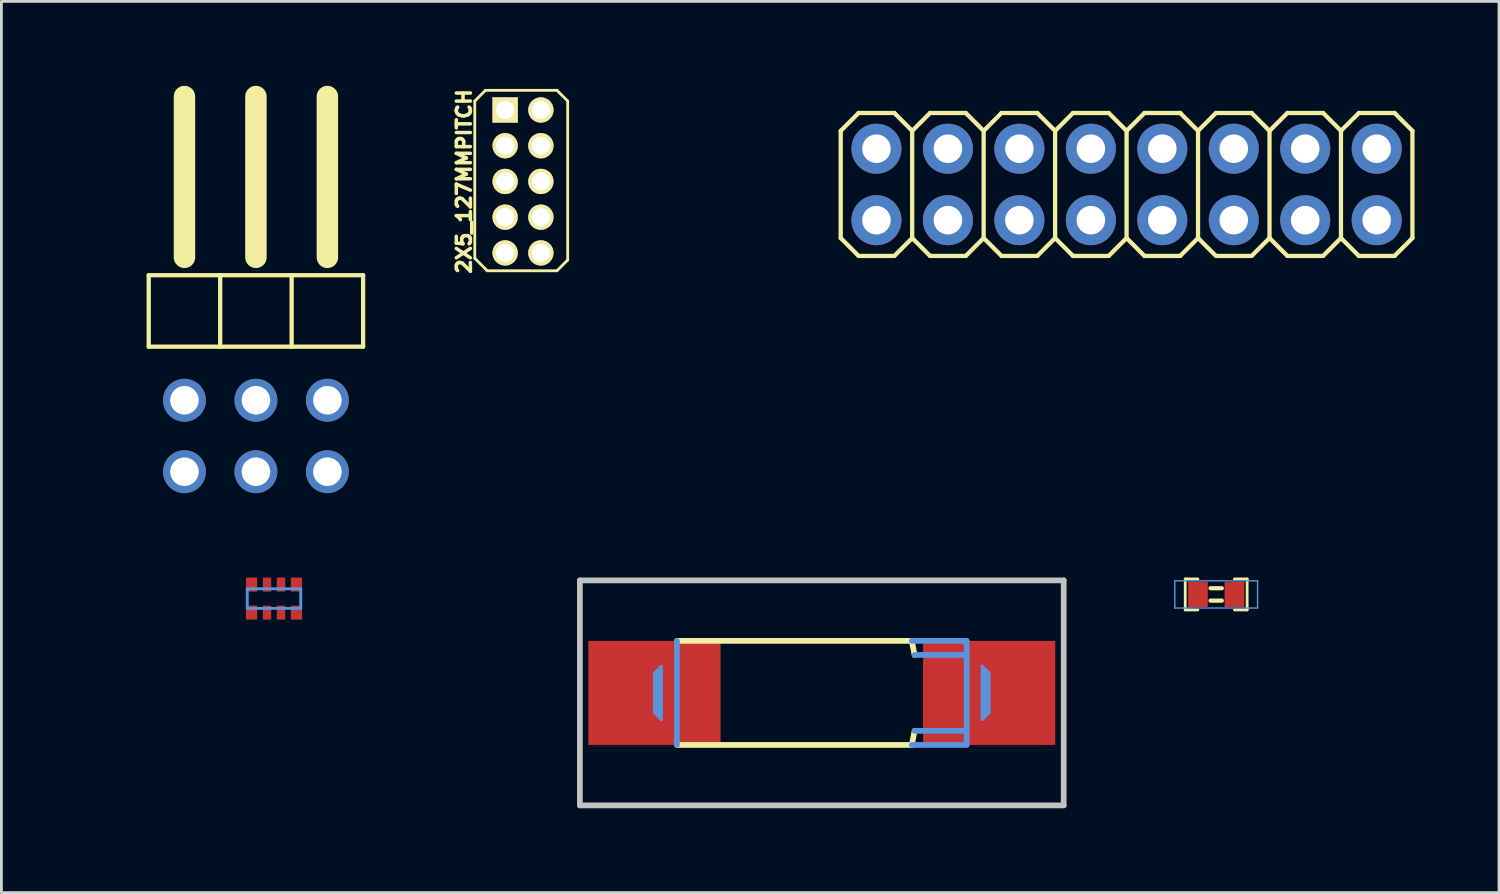
<source format=kicad_pcb>
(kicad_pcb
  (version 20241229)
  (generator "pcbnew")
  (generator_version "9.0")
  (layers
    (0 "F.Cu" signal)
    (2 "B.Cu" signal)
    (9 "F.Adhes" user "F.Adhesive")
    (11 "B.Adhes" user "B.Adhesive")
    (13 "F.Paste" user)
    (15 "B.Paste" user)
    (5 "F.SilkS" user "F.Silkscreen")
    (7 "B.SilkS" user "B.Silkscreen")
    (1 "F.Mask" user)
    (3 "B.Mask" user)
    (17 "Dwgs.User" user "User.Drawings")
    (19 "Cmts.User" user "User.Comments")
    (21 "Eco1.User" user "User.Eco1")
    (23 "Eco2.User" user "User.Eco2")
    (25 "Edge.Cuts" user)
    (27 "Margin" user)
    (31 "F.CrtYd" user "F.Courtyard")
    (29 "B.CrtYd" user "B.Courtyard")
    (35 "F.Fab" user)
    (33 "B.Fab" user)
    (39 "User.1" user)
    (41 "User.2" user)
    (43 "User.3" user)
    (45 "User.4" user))
  (footprint "0402_CAP"
    (layer "F.Cu")
    (at 40.177 18.078)
    (property "Reference" "0402_CAP" (at 0 0 0) (layer "Eco1.User") (effects (font (size 0.6 0.6) (thickness 0.1))))
    (attr through_hole)
    (fp_line (start -1.1 -0.55) (end -1.1 0.55) (stroke (width 0.1) (type solid)) (layer "F.SilkS"))
    (fp_line (start -1.1 0.55) (end -0.65 0.55) (stroke (width 0.1) (type solid)) (layer "F.SilkS"))
    (fp_line (start -1.05 -0.55) (end -1.1 -0.55) (stroke (width 0.1) (type solid)) (layer "F.SilkS"))
    (fp_line (start -0.65 -0.55) (end -1.05 -0.55) (stroke (width 0.1) (type solid)) (layer "F.SilkS"))
    (fp_line (start -0.2 -0.22) (end 0.2 -0.22) (stroke (width 0.15) (type solid)) (layer "F.SilkS"))
    (fp_line (start 0.2 0.22) (end -0.2 0.22) (stroke (width 0.15) (type solid)) (layer "F.SilkS"))
    (fp_line (start 0.65 0.55) (end 1.1 0.55) (stroke (width 0.1) (type solid)) (layer "F.SilkS"))
    (fp_line (start 1.1 -0.55) (end 0.65 -0.55) (stroke (width 0.1) (type solid)) (layer "F.SilkS"))
    (fp_line (start 1.1 0.55) (end 1.1 -0.55) (stroke (width 0.1) (type solid)) (layer "F.SilkS"))
    (fp_line (start -1.471 -0.483) (end 1.471 -0.483) (stroke (width 0.051) (type solid)) (layer "Cmts.User"))
    (fp_line (start -1.471 0.483) (end -1.471 -0.483) (stroke (width 0.051) (type solid)) (layer "Cmts.User"))
    (fp_line (start 1.471 -0.483) (end 1.471 0.483) (stroke (width 0.051) (type solid)) (layer "Cmts.User"))
    (fp_line (start 1.471 0.483) (end -1.471 0.483) (stroke (width 0.051) (type solid)) (layer "Cmts.User"))
    (pad "1" smd rect (at -0.648 0) (size 0.699 0.899) (layers "F.Cu" "F.Mask" "F.Paste"))
    (pad "2" smd rect (at 0.648 0) (size 0.699 0.899) (layers "F.Cu" "F.Mask" "F.Paste")))
  (footprint "2X8-SMALLERPADS"
    (layer "F.Cu")
    (at 28.102 4.776)
    (property "Reference" "2X8-SMALLERPADS" (at 1.27 -3.81 0) (layer "Eco1.User") (effects (font (size 1.27 1.27) (thickness 0.127))))
    (attr through_hole)
    (fp_line (start -1.27 -3.175) (end -0.635 -3.81) (stroke (width 0.152) (type solid)) (layer "F.SilkS"))
    (fp_line (start -1.27 0.635) (end -1.27 -3.175) (stroke (width 0.152) (type solid)) (layer "F.SilkS"))
    (fp_line (start -1.27 0.635) (end -0.635 1.27) (stroke (width 0.152) (type solid)) (layer "F.SilkS"))
    (fp_line (start -0.635 -3.81) (end 0.635 -3.81) (stroke (width 0.152) (type solid)) (layer "F.SilkS"))
    (fp_line (start -0.635 1.27) (end 0.635 1.27) (stroke (width 0.152) (type solid)) (layer "F.SilkS"))
    (fp_line (start 0.635 -3.81) (end 1.27 -3.175) (stroke (width 0.152) (type solid)) (layer "F.SilkS"))
    (fp_line (start 0.635 1.27) (end 1.27 0.635) (stroke (width 0.152) (type solid)) (layer "F.SilkS"))
    (fp_line (start 1.27 -3.175) (end 1.27 0.635) (stroke (width 0.152) (type solid)) (layer "F.SilkS"))
    (fp_line (start 1.27 -3.175) (end 1.905 -3.81) (stroke (width 0.152) (type solid)) (layer "F.SilkS"))
    (fp_line (start 1.27 0.635) (end 1.905 1.27) (stroke (width 0.152) (type solid)) (layer "F.SilkS"))
    (fp_line (start 1.905 -3.81) (end 3.175 -3.81) (stroke (width 0.152) (type solid)) (layer "F.SilkS"))
    (fp_line (start 1.905 1.27) (end 3.175 1.27) (stroke (width 0.152) (type solid)) (layer "F.SilkS"))
    (fp_line (start 3.175 -3.81) (end 3.81 -3.175) (stroke (width 0.152) (type solid)) (layer "F.SilkS"))
    (fp_line (start 3.175 1.27) (end 3.81 0.635) (stroke (width 0.152) (type solid)) (layer "F.SilkS"))
    (fp_line (start 3.81 -3.175) (end 3.81 0.635) (stroke (width 0.152) (type solid)) (layer "F.SilkS"))
    (fp_line (start 3.81 -3.175) (end 4.445 -3.81) (stroke (width 0.152) (type solid)) (layer "F.SilkS"))
    (fp_line (start 3.81 0.635) (end 4.445 1.27) (stroke (width 0.152) (type solid)) (layer "F.SilkS"))
    (fp_line (start 4.445 -3.81) (end 5.715 -3.81) (stroke (width 0.152) (type solid)) (layer "F.SilkS"))
    (fp_line (start 4.445 1.27) (end 5.715 1.27) (stroke (width 0.152) (type solid)) (layer "F.SilkS"))
    (fp_line (start 5.715 -3.81) (end 6.35 -3.175) (stroke (width 0.152) (type solid)) (layer "F.SilkS"))
    (fp_line (start 5.715 1.27) (end 6.35 0.635) (stroke (width 0.152) (type solid)) (layer "F.SilkS"))
    (fp_line (start 6.35 -3.175) (end 6.35 0.635) (stroke (width 0.152) (type solid)) (layer "F.SilkS"))
    (fp_line (start 6.35 -3.175) (end 6.985 -3.81) (stroke (width 0.152) (type solid)) (layer "F.SilkS"))
    (fp_line (start 6.35 0.635) (end 6.985 1.27) (stroke (width 0.152) (type solid)) (layer "F.SilkS"))
    (fp_line (start 6.985 -3.81) (end 8.255 -3.81) (stroke (width 0.152) (type solid)) (layer "F.SilkS"))
    (fp_line (start 6.985 1.27) (end 8.255 1.27) (stroke (width 0.152) (type solid)) (layer "F.SilkS"))
    (fp_line (start 8.255 -3.81) (end 8.89 -3.175) (stroke (width 0.152) (type solid)) (layer "F.SilkS"))
    (fp_line (start 8.255 1.27) (end 8.89 0.635) (stroke (width 0.152) (type solid)) (layer "F.SilkS"))
    (fp_line (start 8.89 -3.175) (end 8.89 0.635) (stroke (width 0.152) (type solid)) (layer "F.SilkS"))
    (fp_line (start 8.89 -3.175) (end 9.525 -3.81) (stroke (width 0.152) (type solid)) (layer "F.SilkS"))
    (fp_line (start 8.89 0.635) (end 9.525 1.27) (stroke (width 0.152) (type solid)) (layer "F.SilkS"))
    (fp_line (start 9.525 -3.81) (end 10.795 -3.81) (stroke (width 0.152) (type solid)) (layer "F.SilkS"))
    (fp_line (start 9.525 1.27) (end 10.795 1.27) (stroke (width 0.152) (type solid)) (layer "F.SilkS"))
    (fp_line (start 10.795 -3.81) (end 11.43 -3.175) (stroke (width 0.152) (type solid)) (layer "F.SilkS"))
    (fp_line (start 10.795 1.27) (end 11.43 0.635) (stroke (width 0.152) (type solid)) (layer "F.SilkS"))
    (fp_line (start 11.43 -3.175) (end 11.43 0.635) (stroke (width 0.152) (type solid)) (layer "F.SilkS"))
    (fp_line (start 11.43 -3.175) (end 12.065 -3.81) (stroke (width 0.152) (type solid)) (layer "F.SilkS"))
    (fp_line (start 11.43 0.635) (end 12.065 1.27) (stroke (width 0.152) (type solid)) (layer "F.SilkS"))
    (fp_line (start 12.065 -3.81) (end 13.335 -3.81) (stroke (width 0.152) (type solid)) (layer "F.SilkS"))
    (fp_line (start 12.065 1.27) (end 13.335 1.27) (stroke (width 0.152) (type solid)) (layer "F.SilkS"))
    (fp_line (start 13.335 -3.81) (end 13.97 -3.175) (stroke (width 0.152) (type solid)) (layer "F.SilkS"))
    (fp_line (start 13.335 1.27) (end 13.97 0.635) (stroke (width 0.152) (type solid)) (layer "F.SilkS"))
    (fp_line (start 13.97 -3.175) (end 13.97 0.635) (stroke (width 0.152) (type solid)) (layer "F.SilkS"))
    (fp_line (start 13.97 -3.175) (end 14.605 -3.81) (stroke (width 0.152) (type solid)) (layer "F.SilkS"))
    (fp_line (start 13.97 0.635) (end 14.605 1.27) (stroke (width 0.152) (type solid)) (layer "F.SilkS"))
    (fp_line (start 14.605 -3.81) (end 15.875 -3.81) (stroke (width 0.152) (type solid)) (layer "F.SilkS"))
    (fp_line (start 14.605 1.27) (end 15.875 1.27) (stroke (width 0.152) (type solid)) (layer "F.SilkS"))
    (fp_line (start 15.875 -3.81) (end 16.51 -3.175) (stroke (width 0.152) (type solid)) (layer "F.SilkS"))
    (fp_line (start 16.51 -3.175) (end 16.51 0.635) (stroke (width 0.152) (type solid)) (layer "F.SilkS"))
    (fp_line (start 16.51 -3.175) (end 17.145 -3.81) (stroke (width 0.152) (type solid)) (layer "F.SilkS"))
    (fp_line (start 16.51 0.635) (end 15.875 1.27) (stroke (width 0.152) (type solid)) (layer "F.SilkS"))
    (fp_line (start 16.51 0.635) (end 17.145 1.27) (stroke (width 0.152) (type solid)) (layer "F.SilkS"))
    (fp_line (start 17.145 -3.81) (end 18.415 -3.81) (stroke (width 0.152) (type solid)) (layer "F.SilkS"))
    (fp_line (start 17.145 1.27) (end 18.415 1.27) (stroke (width 0.152) (type solid)) (layer "F.SilkS"))
    (fp_line (start 18.415 -3.81) (end 19.05 -3.175) (stroke (width 0.152) (type solid)) (layer "F.SilkS"))
    (fp_line (start 19.05 -3.175) (end 19.05 0.635) (stroke (width 0.152) (type solid)) (layer "F.SilkS"))
    (fp_line (start 19.05 0.635) (end 18.415 1.27) (stroke (width 0.152) (type solid)) (layer "F.SilkS"))
    (fp_text user "1" (at -1.651 2.413 0) (layer "Eco1.User") (effects (font (size 1.016 1.016) (thickness 0.163))))
    (pad "1" thru_hole oval (at 0 0) (size 1.778 1.778) (drill 1.016) (layers "*.Cu" "*.Mask"))
    (pad "2" thru_hole oval (at 0 -2.54) (size 1.778 1.778) (drill 1.016) (layers "*.Cu" "*.Mask"))
    (pad "3" thru_hole oval (at 2.54 0) (size 1.778 1.778) (drill 1.016) (layers "*.Cu" "*.Mask"))
    (pad "4" thru_hole oval (at 2.54 -2.54) (size 1.778 1.778) (drill 1.016) (layers "*.Cu" "*.Mask"))
    (pad "5" thru_hole oval (at 5.08 0) (size 1.778 1.778) (drill 1.016) (layers "*.Cu" "*.Mask"))
    (pad "6" thru_hole oval (at 5.08 -2.54) (size 1.778 1.778) (drill 1.016) (layers "*.Cu" "*.Mask"))
    (pad "7" thru_hole oval (at 7.62 0) (size 1.778 1.778) (drill 1.016) (layers "*.Cu" "*.Mask"))
    (pad "8" thru_hole oval (at 7.62 -2.54) (size 1.778 1.778) (drill 1.016) (layers "*.Cu" "*.Mask"))
    (pad "9" thru_hole oval (at 10.16 0) (size 1.778 1.778) (drill 1.016) (layers "*.Cu" "*.Mask"))
    (pad "10" thru_hole oval (at 10.16 -2.54) (size 1.778 1.778) (drill 1.016) (layers "*.Cu" "*.Mask"))
    (pad "11" thru_hole oval (at 12.7 0) (size 1.778 1.778) (drill 1.016) (layers "*.Cu" "*.Mask"))
    (pad "12" thru_hole oval (at 12.7 -2.54) (size 1.778 1.778) (drill 1.016) (layers "*.Cu" "*.Mask"))
    (pad "13" thru_hole oval (at 15.24 0) (size 1.778 1.778) (drill 1.016) (layers "*.Cu" "*.Mask"))
    (pad "14" thru_hole oval (at 15.24 -2.54) (size 1.778 1.778) (drill 1.016) (layers "*.Cu" "*.Mask"))
    (pad "15" thru_hole oval (at 17.78 0) (size 1.778 1.778) (drill 1.016) (layers "*.Cu" "*.Mask"))
    (pad "16" thru_hole oval (at 17.78 -2.54) (size 1.778 1.778) (drill 1.016) (layers "*.Cu" "*.Mask")))
  (footprint "4X0402ARV341"
    (layer "F.Cu")
    (at 6.689 18.225)
    (property "Reference" "4X0402ARV341" (at 0.541 2.634 0) (layer "Eco1.User") (effects (font (size 1.27 1.27) (thickness 0.127))))
    (attr through_hole)
    (fp_line (start -0.95 -0.348) (end 0.95 -0.348) (stroke (width 0.102) (type solid)) (layer "Cmts.User"))
    (fp_line (start -0.95 0.348) (end -0.95 -0.348) (stroke (width 0.102) (type solid)) (layer "Cmts.User"))
    (fp_line (start 0.95 -0.348) (end 0.95 0.348) (stroke (width 0.102) (type solid)) (layer "Cmts.User"))
    (fp_line (start 0.95 0.348) (end -0.95 0.348) (stroke (width 0.102) (type solid)) (layer "Cmts.User"))
    (pad "1" smd rect (at -0.798 0.498) (size 0.399 0.498) (layers "F.Cu" "F.Mask" "F.Paste"))
    (pad "2" smd rect (at -0.249 0.498) (size 0.3 0.498) (layers "F.Cu" "F.Mask" "F.Paste"))
    (pad "3" smd rect (at 0.249 0.498) (size 0.3 0.498) (layers "F.Cu" "F.Mask" "F.Paste"))
    (pad "4" smd rect (at 0.798 0.498) (size 0.399 0.498) (layers "F.Cu" "F.Mask" "F.Paste"))
    (pad "5" smd rect (at 0.798 -0.498) (size 0.399 0.498) (layers "F.Cu" "F.Mask" "F.Paste"))
    (pad "6" smd rect (at 0.249 -0.498) (size 0.3 0.498) (layers "F.Cu" "F.Mask" "F.Paste"))
    (pad "7" smd rect (at -0.249 -0.498) (size 0.3 0.498) (layers "F.Cu" "F.Mask" "F.Paste"))
    (pad "8" smd rect (at -0.798 -0.498) (size 0.399 0.498) (layers "F.Cu" "F.Mask" "F.Paste")))
  (footprint "2X5_127MMPITCH"
    (layer "F.Cu")
    (at 14.904 5.939)
    (property "Reference" "2X5_127MMPITCH" (at -1.46 -2.54 90) (layer "F.SilkS") (effects (font (size 0.5 0.5) (thickness 0.125))))
    (attr through_hole)
    (fp_line (start -1.079 -5.397) (end -1.079 0.191) (stroke (width 0.1) (type solid)) (layer "F.SilkS"))
    (fp_line (start -0.699 -5.779) (end -1.079 -5.397) (stroke (width 0.1) (type solid)) (layer "F.SilkS"))
    (fp_line (start -0.699 -5.779) (end 1.841 -5.779) (stroke (width 0.1) (type solid)) (layer "F.SilkS"))
    (fp_line (start -0.635 0.635) (end -1.079 0.191) (stroke (width 0.1) (type solid)) (layer "F.SilkS"))
    (fp_line (start -0.635 0.635) (end 1.841 0.635) (stroke (width 0.1) (type solid)) (layer "F.SilkS"))
    (fp_line (start 1.841 0.635) (end 2.223 0.254) (stroke (width 0.1) (type solid)) (layer "F.SilkS"))
    (fp_line (start 2.223 -5.397) (end 1.841 -5.779) (stroke (width 0.1) (type solid)) (layer "F.SilkS"))
    (fp_line (start 2.223 0.254) (end 2.223 -5.397) (stroke (width 0.1) (type solid)) (layer "F.SilkS"))
    (pad "1" thru_hole rect (at 0 -5.08) (size 0.9 0.9) (drill 0.65) (layers "*.Cu" "*.Mask" "F.SilkS"))
    (pad "2" thru_hole circle (at 1.27 -5.08) (size 0.9 0.9) (drill 0.65) (layers "*.Cu" "*.Mask" "F.SilkS"))
    (pad "3" thru_hole circle (at 0 -3.81) (size 0.9 0.9) (drill 0.65) (layers "*.Cu" "*.Mask" "F.SilkS"))
    (pad "4" thru_hole circle (at 1.27 -3.81) (size 0.9 0.9) (drill 0.65) (layers "*.Cu" "*.Mask" "F.SilkS"))
    (pad "5" thru_hole circle (at 0 -2.54) (size 0.9 0.9) (drill 0.65) (layers "*.Cu" "*.Mask" "F.SilkS"))
    (pad "6" thru_hole circle (at 1.27 -2.54) (size 0.9 0.9) (drill 0.65) (layers "*.Cu" "*.Mask" "F.SilkS"))
    (pad "7" thru_hole circle (at 0 -1.27) (size 0.9 0.9) (drill 0.65) (layers "*.Cu" "*.Mask" "F.SilkS"))
    (pad "8" thru_hole circle (at 1.27 -1.27) (size 0.9 0.9) (drill 0.65) (layers "*.Cu" "*.Mask" "F.SilkS"))
    (pad "9" thru_hole circle (at 0 0) (size 0.9 0.9) (drill 0.65) (layers "*.Cu" "*.Mask" "F.SilkS"))
    (pad "10" thru_hole circle (at 1.27 0) (size 0.9 0.9) (drill 0.65) (layers "*.Cu" "*.Mask" "F.SilkS")))
  (footprint "085CS_1W"
    (layer "F.Cu")
    (at 26.159 21.578)
    (property "Reference" "085CS_1W" (at -2.769 -1.905 0) (layer "Eco1.User") (effects (font (size 1.27 1.27) (thickness 0.102))))
    (attr through_hole)
    (fp_line (start -5.149 1.849) (end 3.198 1.849) (stroke (width 0.203) (type solid)) (layer "F.SilkS"))
    (fp_line (start 3.198 -1.849) (end -5.149 -1.849) (stroke (width 0.203) (type solid)) (layer "F.SilkS"))
    (fp_line (start 3.299 -1.349) (end 3.198 -1.849) (stroke (width 0.203) (type solid)) (layer "F.SilkS"))
    (fp_line (start 3.299 1.349) (end 3.198 1.849) (stroke (width 0.203) (type solid)) (layer "F.SilkS"))
    (fp_line (start -8.598 -3.998) (end -8.598 3.998) (stroke (width 0.203) (type solid)) (layer "Dwgs.User"))
    (fp_line (start -8.598 -3.998) (end 8.598 -3.998) (stroke (width 0.203) (type solid)) (layer "Dwgs.User"))
    (fp_line (start -8.598 3.998) (end 8.598 3.998) (stroke (width 0.203) (type solid)) (layer "Dwgs.User"))
    (fp_line (start 8.598 -3.998) (end 8.598 3.998) (stroke (width 0.203) (type solid)) (layer "Dwgs.User"))
    (fp_line (start -5.949 -0.699) (end -5.949 0.699) (stroke (width 0.102) (type solid)) (layer "Cmts.User"))
    (fp_line (start -5.949 0.699) (end -5.7 0.95) (stroke (width 0.102) (type solid)) (layer "Cmts.User"))
    (fp_line (start -5.799 -0.749) (end -5.799 0.749) (stroke (width 0.203) (type solid)) (layer "Cmts.User"))
    (fp_line (start -5.7 -0.95) (end -5.949 -0.699) (stroke (width 0.102) (type solid)) (layer "Cmts.User"))
    (fp_line (start -5.7 0.95) (end -5.7 -0.95) (stroke (width 0.102) (type solid)) (layer "Cmts.User"))
    (fp_line (start -5.149 -1.849) (end -5.149 1.849) (stroke (width 0.203) (type solid)) (layer "Cmts.User"))
    (fp_line (start 3.198 1.849) (end 5.149 1.849) (stroke (width 0.203) (type solid)) (layer "Cmts.User"))
    (fp_line (start 5.05 -1.349) (end 3.299 -1.349) (stroke (width 0.203) (type solid)) (layer "Cmts.User"))
    (fp_line (start 5.098 1.349) (end 3.299 1.349) (stroke (width 0.203) (type solid)) (layer "Cmts.User"))
    (fp_line (start 5.149 -1.849) (end 3.198 -1.849) (stroke (width 0.203) (type solid)) (layer "Cmts.User"))
    (fp_line (start 5.149 1.849) (end 5.149 -1.849) (stroke (width 0.203) (type solid)) (layer "Cmts.User"))
    (fp_line (start 5.7 -0.95) (end 5.7 0.95) (stroke (width 0.102) (type solid)) (layer "Cmts.User"))
    (fp_line (start 5.7 0.95) (end 5.949 0.699) (stroke (width 0.102) (type solid)) (layer "Cmts.User"))
    (fp_line (start 5.799 0.749) (end 5.799 -0.749) (stroke (width 0.203) (type solid)) (layer "Cmts.User"))
    (fp_line (start 5.949 -0.699) (end 5.7 -0.95) (stroke (width 0.102) (type solid)) (layer "Cmts.User"))
    (fp_line (start 5.949 0.699) (end 5.949 -0.699) (stroke (width 0.102) (type solid)) (layer "Cmts.User"))
    (pad "+" smd rect (at 5.949 0) (size 4.699 3.698) (layers "F.Cu" "F.Mask" "F.Paste"))
    (pad "-" smd rect (at -5.949 0) (size 4.699 3.698) (layers "F.Cu" "F.Mask" "F.Paste")))
  (footprint "2X03%2f90"
    (layer "F.Cu")
    (at 6.046 7.366)
    (property "Reference" "2X03%2f90" (at -5.08 0 90) (layer "Eco1.User") (effects (font (size 1.27 1.27) (thickness 0.127))))
    (attr through_hole)
    (fp_line (start -3.81 -0.635) (end -3.81 1.905) (stroke (width 0.152) (type solid)) (layer "F.SilkS"))
    (fp_line (start -3.81 1.905) (end -1.27 1.905) (stroke (width 0.152) (type solid)) (layer "F.SilkS"))
    (fp_line (start -2.54 -6.985) (end -2.54 -1.27) (stroke (width 0.762) (type solid)) (layer "F.SilkS"))
    (fp_line (start -1.27 -0.635) (end -3.81 -0.635) (stroke (width 0.152) (type solid)) (layer "F.SilkS"))
    (fp_line (start -1.27 1.905) (end -1.27 -0.635) (stroke (width 0.152) (type solid)) (layer "F.SilkS"))
    (fp_line (start -1.27 1.905) (end 1.27 1.905) (stroke (width 0.152) (type solid)) (layer "F.SilkS"))
    (fp_line (start 0 -6.985) (end 0 -1.27) (stroke (width 0.762) (type solid)) (layer "F.SilkS"))
    (fp_line (start 1.27 -0.635) (end -1.27 -0.635) (stroke (width 0.152) (type solid)) (layer "F.SilkS"))
    (fp_line (start 1.27 1.905) (end 1.27 -0.635) (stroke (width 0.152) (type solid)) (layer "F.SilkS"))
    (fp_line (start 1.27 1.905) (end 3.81 1.905) (stroke (width 0.152) (type solid)) (layer "F.SilkS"))
    (fp_line (start 2.54 -6.985) (end 2.54 -1.27) (stroke (width 0.762) (type solid)) (layer "F.SilkS"))
    (fp_line (start 3.81 -0.635) (end 1.27 -0.635) (stroke (width 0.152) (type solid)) (layer "F.SilkS"))
    (fp_line (start 3.81 1.905) (end 3.81 -0.635) (stroke (width 0.152) (type solid)) (layer "F.SilkS"))
    (pad "1" thru_hole oval (at -2.54 6.35) (size 1.524 1.524) (drill 1.016) (layers "*.Cu" "*.Mask"))
    (pad "2" thru_hole oval (at -2.54 3.81) (size 1.524 1.524) (drill 1.016) (layers "*.Cu" "*.Mask"))
    (pad "3" thru_hole oval (at 0 6.35) (size 1.524 1.524) (drill 1.016) (layers "*.Cu" "*.Mask"))
    (pad "4" thru_hole oval (at 0 3.81) (size 1.524 1.524) (drill 1.016) (layers "*.Cu" "*.Mask"))
    (pad "5" thru_hole oval (at 2.54 6.35) (size 1.524 1.524) (drill 1.016) (layers "*.Cu" "*.Mask"))
    (pad "6" thru_hole oval (at 2.54 3.81) (size 1.524 1.524) (drill 1.016) (layers "*.Cu" "*.Mask")))
  (gr_rect
    (start -3 -3)
    (end 50.229 28.677)
    (stroke (width 0.1) (type default))
    (fill no)
    (layer "Edge.Cuts")))
</source>
